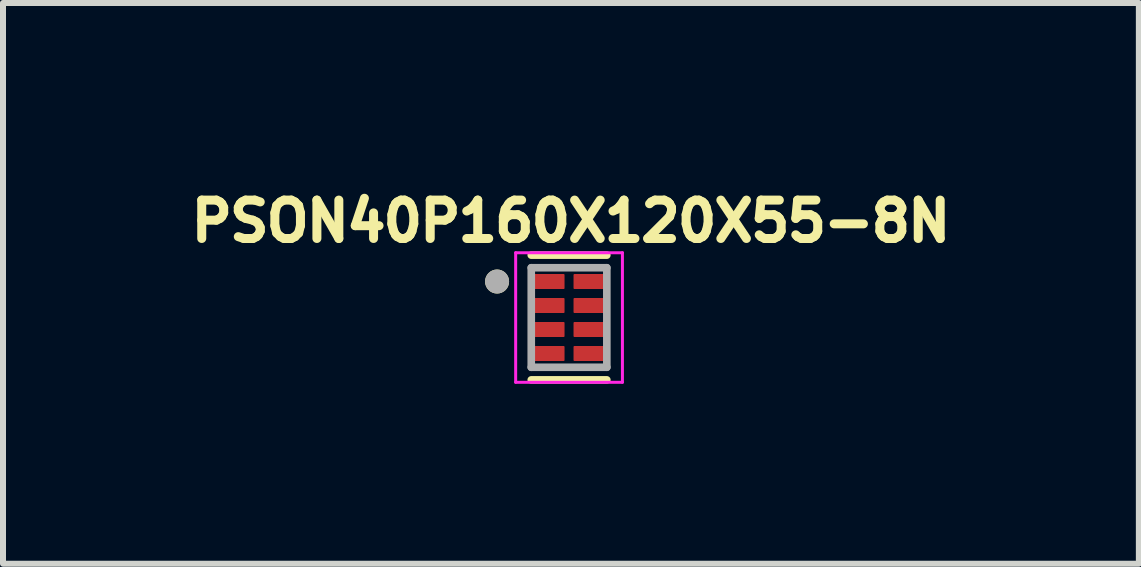
<source format=kicad_pcb>
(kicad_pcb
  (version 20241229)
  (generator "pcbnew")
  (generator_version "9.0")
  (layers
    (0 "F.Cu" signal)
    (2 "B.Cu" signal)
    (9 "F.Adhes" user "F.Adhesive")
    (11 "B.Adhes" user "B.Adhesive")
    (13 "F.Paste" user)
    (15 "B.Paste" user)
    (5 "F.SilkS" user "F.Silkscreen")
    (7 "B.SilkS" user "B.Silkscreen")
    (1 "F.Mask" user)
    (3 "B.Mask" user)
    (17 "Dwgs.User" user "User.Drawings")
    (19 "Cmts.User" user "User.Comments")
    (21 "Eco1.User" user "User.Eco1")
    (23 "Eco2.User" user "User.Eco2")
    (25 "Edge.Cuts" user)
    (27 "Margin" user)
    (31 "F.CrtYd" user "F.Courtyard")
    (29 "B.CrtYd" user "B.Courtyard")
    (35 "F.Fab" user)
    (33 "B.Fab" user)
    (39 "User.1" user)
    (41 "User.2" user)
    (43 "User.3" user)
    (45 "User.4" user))
  (footprint "PSON40P160X120X55-8N"
    (layer "F.Cu")
    (at 6.438 2.244)
    (property "Reference" "PSON40P160X120X55-8N" (at 0.032 -1.606 0) (layer "F.SilkS") (effects (font (size 0.64 0.64) (thickness 0.15))))
    (attr through_hole)
    (fp_line (start -0.63 -1.04) (end 0.63 -1.04) (stroke (width 0.127) (type solid)) (layer "F.SilkS"))
    (fp_line (start -0.63 1.04) (end 0.63 1.04) (stroke (width 0.127) (type solid)) (layer "F.SilkS"))
    (fp_circle (center -1.2 -0.6) (end -1.1 -0.6) (stroke (width 0.2) (type solid)) (fill no) (layer "F.SilkS"))
    (fp_line (start -0.89 -1.08) (end 0.89 -1.08) (stroke (width 0.05) (type solid)) (layer "F.CrtYd"))
    (fp_line (start -0.89 1.08) (end -0.89 -1.08) (stroke (width 0.05) (type solid)) (layer "F.CrtYd"))
    (fp_line (start 0.89 -1.08) (end 0.89 1.08) (stroke (width 0.05) (type solid)) (layer "F.CrtYd"))
    (fp_line (start 0.89 1.08) (end -0.89 1.08) (stroke (width 0.05) (type solid)) (layer "F.CrtYd"))
    (fp_line (start -0.63 -0.83) (end 0.63 -0.83) (stroke (width 0.127) (type solid)) (layer "F.Fab"))
    (fp_line (start -0.63 0.83) (end -0.63 -0.83) (stroke (width 0.127) (type solid)) (layer "F.Fab"))
    (fp_line (start 0.63 -0.83) (end 0.63 0.83) (stroke (width 0.127) (type solid)) (layer "F.Fab"))
    (fp_line (start 0.63 0.83) (end -0.63 0.83) (stroke (width 0.127) (type solid)) (layer "F.Fab"))
    (fp_circle (center -1.2 -0.6) (end -1.1 -0.6) (stroke (width 0.2) (type solid)) (fill no) (layer "F.Fab"))
    (pad "1" smd roundrect (at -0.355 -0.6) (size 0.56 0.25) (layers "F.Cu" "F.Mask" "F.Paste") (roundrect_rratio 0.06))
    (pad "2" smd roundrect (at -0.355 -0.2) (size 0.56 0.25) (layers "F.Cu" "F.Mask" "F.Paste") (roundrect_rratio 0.06))
    (pad "3" smd roundrect (at -0.355 0.2) (size 0.56 0.25) (layers "F.Cu" "F.Mask" "F.Paste") (roundrect_rratio 0.06))
    (pad "4" smd roundrect (at -0.355 0.6) (size 0.56 0.25) (layers "F.Cu" "F.Mask" "F.Paste") (roundrect_rratio 0.06))
    (pad "5" smd roundrect (at 0.355 0.6 180) (size 0.56 0.25) (layers "F.Cu" "F.Mask" "F.Paste") (roundrect_rratio 0.06))
    (pad "6" smd roundrect (at 0.355 0.2 180) (size 0.56 0.25) (layers "F.Cu" "F.Mask" "F.Paste") (roundrect_rratio 0.06))
    (pad "7" smd roundrect (at 0.355 -0.2 180) (size 0.56 0.25) (layers "F.Cu" "F.Mask" "F.Paste") (roundrect_rratio 0.06))
    (pad "8" smd roundrect (at 0.355 -0.6 180) (size 0.56 0.25) (layers "F.Cu" "F.Mask" "F.Paste") (roundrect_rratio 0.06)))
  (gr_rect
    (start -3 -3)
    (end 15.939 6.349)
    (stroke (width 0.1) (type default))
    (fill no)
    (layer "Edge.Cuts")))
</source>
